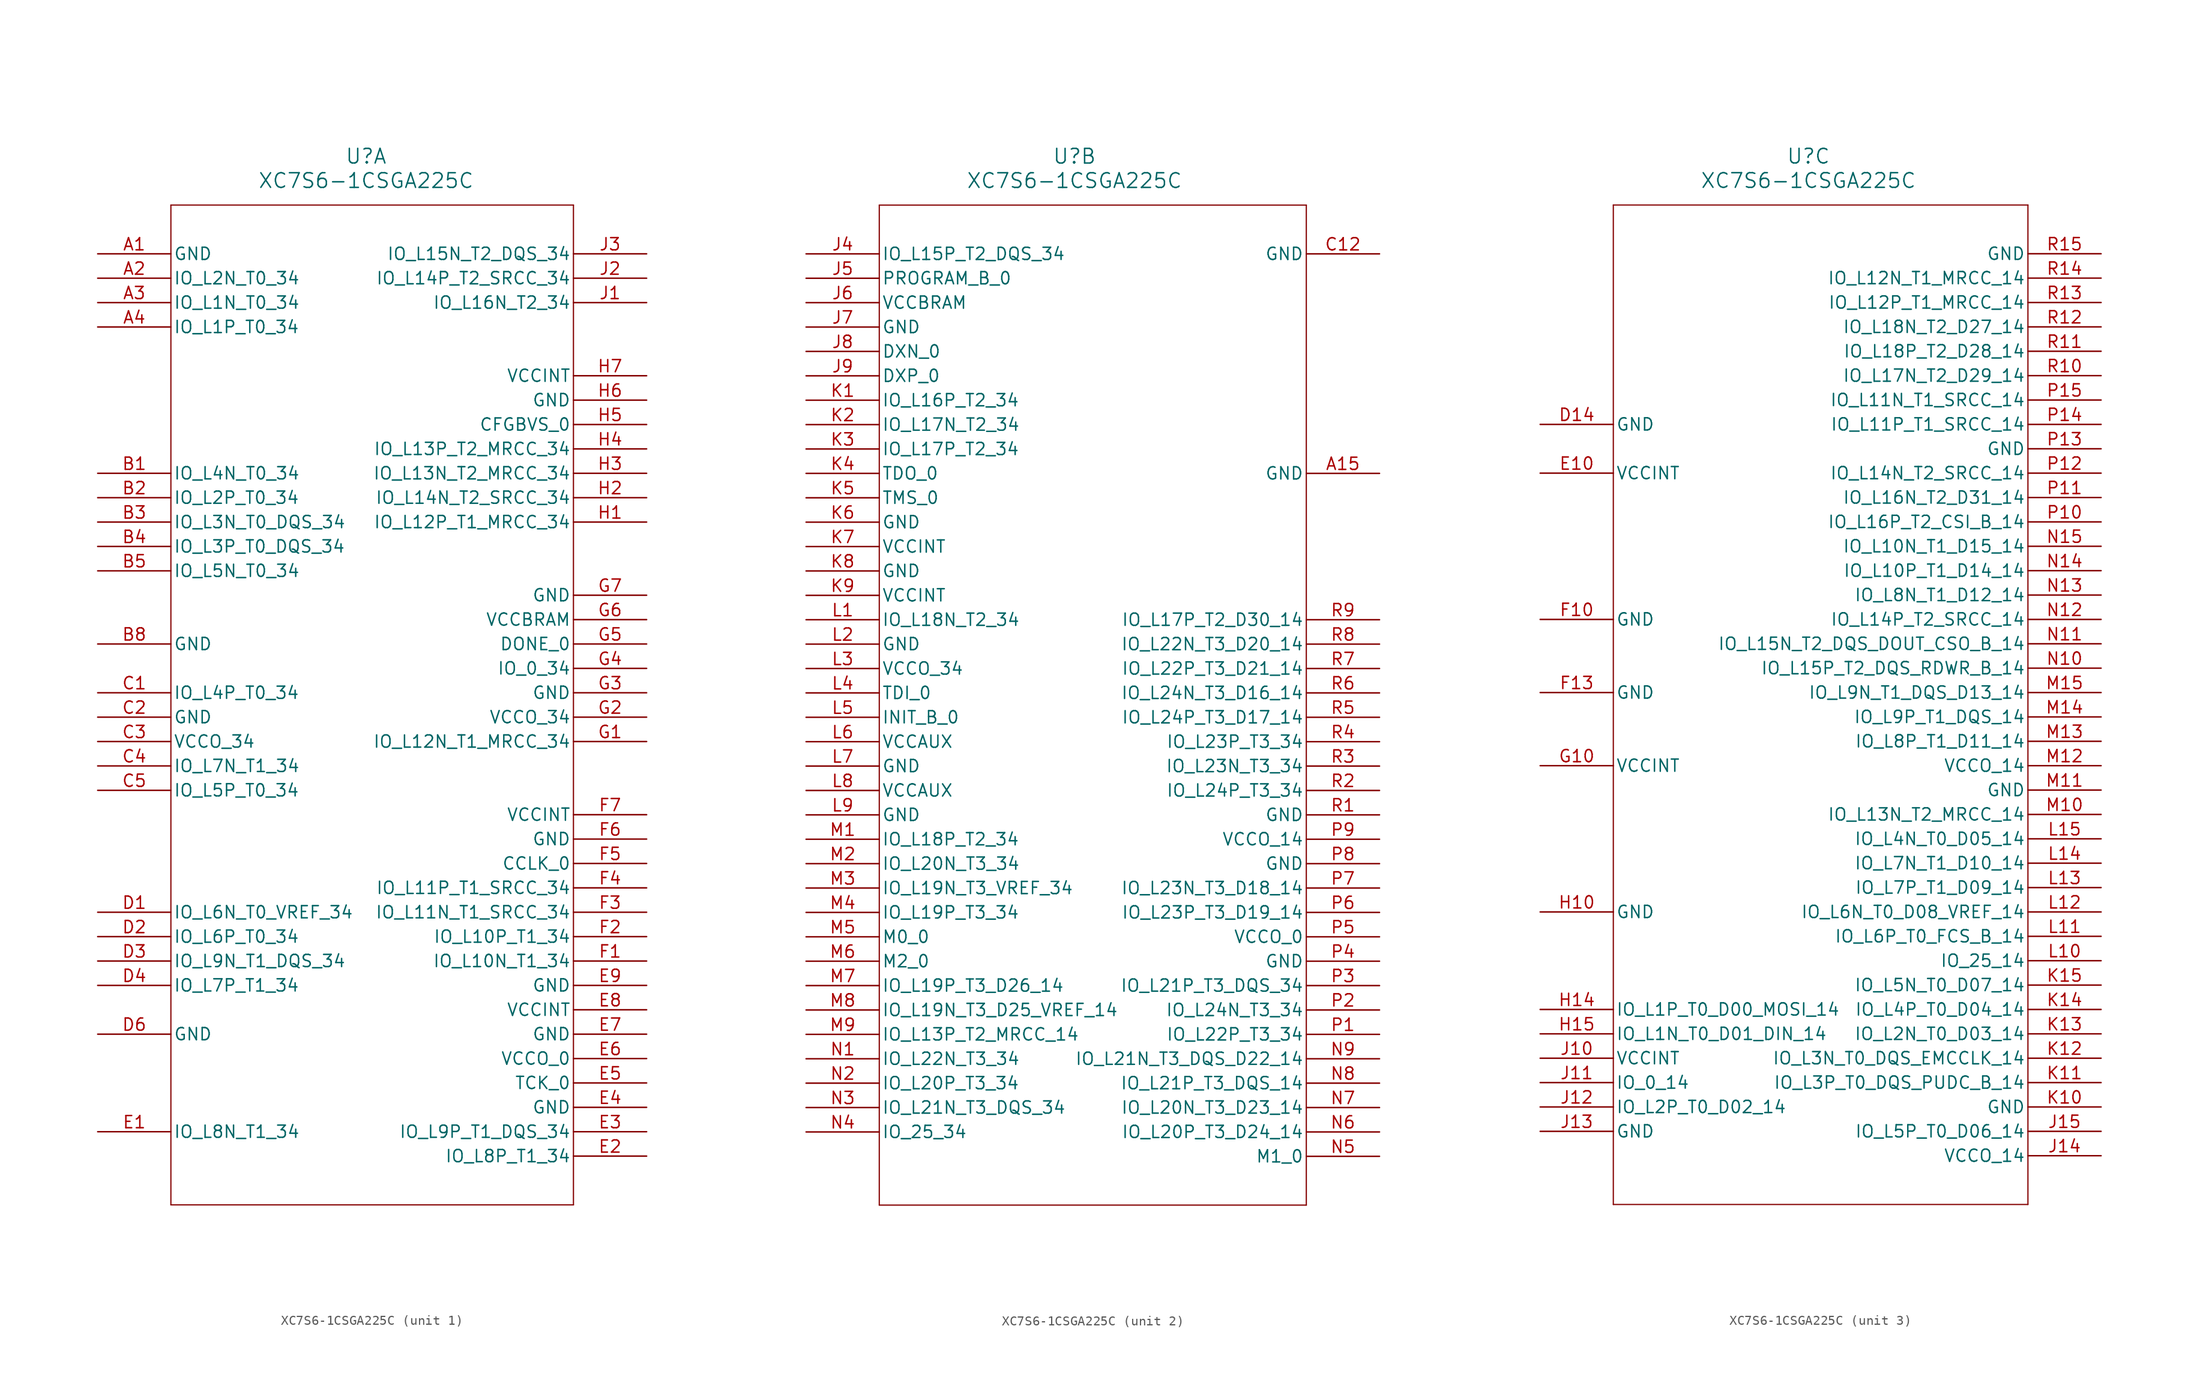
<source format=kicad_sym>
(kicad_symbol_lib
  (version 20211014)
  (generator kicad_symbol_editor)
  (symbol "XC7S6-1CSGA225C"
    (pin_names
      (offset 0.254))
    (property "Reference" "U"
      (at 27.94 10.16 0)
      (effects (font (size 1.524 1.524))))
    (property "Value" "XC7S6-1CSGA225C"
      (at 27.94 7.62 0)
      (effects (font (size 1.524 1.524))))
    (property "ki_locked" ""
      (at 0 0 0)
      (effects (font (size 1.27 1.27))))
    (symbol "XC7S6-1CSGA225C_1_1"
      (polyline (pts (xy 7.62 -99.06) (xy 49.53 -99.06)) (stroke (width 0.127) (type default) (color 0 0 0 0)) (fill (type none)))
      (polyline (pts (xy 7.62 5.08) (xy 7.62 -99.06)) (stroke (width 0.127) (type default) (color 0 0 0 0)) (fill (type none)))
      (polyline (pts (xy 49.53 -99.06) (xy 49.53 5.08)) (stroke (width 0.127) (type default) (color 0 0 0 0)) (fill (type none)))
      (polyline (pts (xy 49.53 5.08) (xy 7.62 5.08)) (stroke (width 0.127) (type default) (color 0 0 0 0)) (fill (type none)))
      (pin power_out line (at 0 0 0) (length 7.62) (name "GND" (effects (font (size 1.27 1.27)))) (number "A1" (effects (font (size 1.27 1.27)))))
      (pin bidirectional line (at 0 -2.54 0) (length 7.62) (name "IO_L2N_T0_34" (effects (font (size 1.27 1.27)))) (number "A2" (effects (font (size 1.27 1.27)))))
      (pin bidirectional line (at 0 -5.08 0) (length 7.62) (name "IO_L1N_T0_34" (effects (font (size 1.27 1.27)))) (number "A3" (effects (font (size 1.27 1.27)))))
      (pin bidirectional line (at 0 -7.62 0) (length 7.62) (name "IO_L1P_T0_34" (effects (font (size 1.27 1.27)))) (number "A4" (effects (font (size 1.27 1.27)))))
      (pin no_connect line (at 0 -10.16 0) (length 7.62) hide (name "NC" (effects (font (size 1.27 1.27)))) (number "A5" (effects (font (size 1.27 1.27)))))
      (pin no_connect line (at 0 -12.7 0) (length 7.62) hide (name "NC" (effects (font (size 1.27 1.27)))) (number "A6" (effects (font (size 1.27 1.27)))))
      (pin no_connect line (at 0 -15.24 0) (length 7.62) hide (name "NC" (effects (font (size 1.27 1.27)))) (number "A7" (effects (font (size 1.27 1.27)))))
      (pin no_connect line (at 0 -17.78 0) (length 7.62) hide (name "NC" (effects (font (size 1.27 1.27)))) (number "A8" (effects (font (size 1.27 1.27)))))
      (pin no_connect line (at 0 -20.32 0) (length 7.62) hide (name "NC" (effects (font (size 1.27 1.27)))) (number "A9" (effects (font (size 1.27 1.27)))))
      (pin bidirectional line (at 0 -22.86 0) (length 7.62) (name "IO_L4N_T0_34" (effects (font (size 1.27 1.27)))) (number "B1" (effects (font (size 1.27 1.27)))))
      (pin bidirectional line (at 0 -25.4 0) (length 7.62) (name "IO_L2P_T0_34" (effects (font (size 1.27 1.27)))) (number "B2" (effects (font (size 1.27 1.27)))))
      (pin bidirectional line (at 0 -27.94 0) (length 7.62) (name "IO_L3N_T0_DQS_34" (effects (font (size 1.27 1.27)))) (number "B3" (effects (font (size 1.27 1.27)))))
      (pin bidirectional line (at 0 -30.48 0) (length 7.62) (name "IO_L3P_T0_DQS_34" (effects (font (size 1.27 1.27)))) (number "B4" (effects (font (size 1.27 1.27)))))
      (pin bidirectional line (at 0 -33.02 0) (length 7.62) (name "IO_L5N_T0_34" (effects (font (size 1.27 1.27)))) (number "B5" (effects (font (size 1.27 1.27)))))
      (pin no_connect line (at 0 -35.56 0) (length 7.62) hide (name "NC" (effects (font (size 1.27 1.27)))) (number "B6" (effects (font (size 1.27 1.27)))))
      (pin no_connect line (at 0 -38.1 0) (length 7.62) hide (name "NC" (effects (font (size 1.27 1.27)))) (number "B7" (effects (font (size 1.27 1.27)))))
      (pin power_out line (at 0 -40.64 0) (length 7.62) (name "GND" (effects (font (size 1.27 1.27)))) (number "B8" (effects (font (size 1.27 1.27)))))
      (pin no_connect line (at 0 -43.18 0) (length 7.62) hide (name "NC" (effects (font (size 1.27 1.27)))) (number "B9" (effects (font (size 1.27 1.27)))))
      (pin bidirectional line (at 0 -45.72 0) (length 7.62) (name "IO_L4P_T0_34" (effects (font (size 1.27 1.27)))) (number "C1" (effects (font (size 1.27 1.27)))))
      (pin power_out line (at 0 -48.26 0) (length 7.62) (name "GND" (effects (font (size 1.27 1.27)))) (number "C2" (effects (font (size 1.27 1.27)))))
      (pin power_in line (at 0 -50.8 0) (length 7.62) (name "VCCO_34" (effects (font (size 1.27 1.27)))) (number "C3" (effects (font (size 1.27 1.27)))))
      (pin bidirectional line (at 0 -53.34 0) (length 7.62) (name "IO_L7N_T1_34" (effects (font (size 1.27 1.27)))) (number "C4" (effects (font (size 1.27 1.27)))))
      (pin bidirectional line (at 0 -55.88 0) (length 7.62) (name "IO_L5P_T0_34" (effects (font (size 1.27 1.27)))) (number "C5" (effects (font (size 1.27 1.27)))))
      (pin no_connect line (at 0 -58.42 0) (length 7.62) hide (name "NC" (effects (font (size 1.27 1.27)))) (number "C6" (effects (font (size 1.27 1.27)))))
      (pin no_connect line (at 0 -60.96 0) (length 7.62) hide (name "NC" (effects (font (size 1.27 1.27)))) (number "C7" (effects (font (size 1.27 1.27)))))
      (pin no_connect line (at 0 -63.5 0) (length 7.62) hide (name "NC" (effects (font (size 1.27 1.27)))) (number "C8" (effects (font (size 1.27 1.27)))))
      (pin no_connect line (at 0 -66.04 0) (length 7.62) hide (name "NC" (effects (font (size 1.27 1.27)))) (number "C9" (effects (font (size 1.27 1.27)))))
      (pin bidirectional line (at 0 -68.58 0) (length 7.62) (name "IO_L6N_T0_VREF_34" (effects (font (size 1.27 1.27)))) (number "D1" (effects (font (size 1.27 1.27)))))
      (pin bidirectional line (at 0 -71.12 0) (length 7.62) (name "IO_L6P_T0_34" (effects (font (size 1.27 1.27)))) (number "D2" (effects (font (size 1.27 1.27)))))
      (pin bidirectional line (at 0 -73.66 0) (length 7.62) (name "IO_L9N_T1_DQS_34" (effects (font (size 1.27 1.27)))) (number "D3" (effects (font (size 1.27 1.27)))))
      (pin bidirectional line (at 0 -76.2 0) (length 7.62) (name "IO_L7P_T1_34" (effects (font (size 1.27 1.27)))) (number "D4" (effects (font (size 1.27 1.27)))))
      (pin no_connect line (at 0 -78.74 0) (length 7.62) hide (name "NC" (effects (font (size 1.27 1.27)))) (number "D5" (effects (font (size 1.27 1.27)))))
      (pin power_out line (at 0 -81.28 0) (length 7.62) (name "GND" (effects (font (size 1.27 1.27)))) (number "D6" (effects (font (size 1.27 1.27)))))
      (pin no_connect line (at 0 -83.82 0) (length 7.62) hide (name "NC" (effects (font (size 1.27 1.27)))) (number "D7" (effects (font (size 1.27 1.27)))))
      (pin no_connect line (at 0 -86.36 0) (length 7.62) hide (name "NC" (effects (font (size 1.27 1.27)))) (number "D8" (effects (font (size 1.27 1.27)))))
      (pin no_connect line (at 0 -88.9 0) (length 7.62) hide (name "NC" (effects (font (size 1.27 1.27)))) (number "D9" (effects (font (size 1.27 1.27)))))
      (pin bidirectional line (at 0 -91.44 0) (length 7.62) (name "IO_L8N_T1_34" (effects (font (size 1.27 1.27)))) (number "E1" (effects (font (size 1.27 1.27)))))
      (pin bidirectional line (at 57.15 -93.98 180) (length 7.62) (name "IO_L8P_T1_34" (effects (font (size 1.27 1.27)))) (number "E2" (effects (font (size 1.27 1.27)))))
      (pin bidirectional line (at 57.15 -91.44 180) (length 7.62) (name "IO_L9P_T1_DQS_34" (effects (font (size 1.27 1.27)))) (number "E3" (effects (font (size 1.27 1.27)))))
      (pin power_out line (at 57.15 -88.9 180) (length 7.62) (name "GND" (effects (font (size 1.27 1.27)))) (number "E4" (effects (font (size 1.27 1.27)))))
      (pin input line (at 57.15 -86.36 180) (length 7.62) (name "TCK_0" (effects (font (size 1.27 1.27)))) (number "E5" (effects (font (size 1.27 1.27)))))
      (pin power_in line (at 57.15 -83.82 180) (length 7.62) (name "VCCO_0" (effects (font (size 1.27 1.27)))) (number "E6" (effects (font (size 1.27 1.27)))))
      (pin power_out line (at 57.15 -81.28 180) (length 7.62) (name "GND" (effects (font (size 1.27 1.27)))) (number "E7" (effects (font (size 1.27 1.27)))))
      (pin power_in line (at 57.15 -78.74 180) (length 7.62) (name "VCCINT" (effects (font (size 1.27 1.27)))) (number "E8" (effects (font (size 1.27 1.27)))))
      (pin power_out line (at 57.15 -76.2 180) (length 7.62) (name "GND" (effects (font (size 1.27 1.27)))) (number "E9" (effects (font (size 1.27 1.27)))))
      (pin bidirectional line (at 57.15 -73.66 180) (length 7.62) (name "IO_L10N_T1_34" (effects (font (size 1.27 1.27)))) (number "F1" (effects (font (size 1.27 1.27)))))
      (pin bidirectional line (at 57.15 -71.12 180) (length 7.62) (name "IO_L10P_T1_34" (effects (font (size 1.27 1.27)))) (number "F2" (effects (font (size 1.27 1.27)))))
      (pin bidirectional line (at 57.15 -68.58 180) (length 7.62) (name "IO_L11N_T1_SRCC_34" (effects (font (size 1.27 1.27)))) (number "F3" (effects (font (size 1.27 1.27)))))
      (pin bidirectional line (at 57.15 -66.04 180) (length 7.62) (name "IO_L11P_T1_SRCC_34" (effects (font (size 1.27 1.27)))) (number "F4" (effects (font (size 1.27 1.27)))))
      (pin bidirectional line (at 57.15 -63.5 180) (length 7.62) (name "CCLK_0" (effects (font (size 1.27 1.27)))) (number "F5" (effects (font (size 1.27 1.27)))))
      (pin power_out line (at 57.15 -60.96 180) (length 7.62) (name "GND" (effects (font (size 1.27 1.27)))) (number "F6" (effects (font (size 1.27 1.27)))))
      (pin power_in line (at 57.15 -58.42 180) (length 7.62) (name "VCCINT" (effects (font (size 1.27 1.27)))) (number "F7" (effects (font (size 1.27 1.27)))))
      (pin no_connect line (at 57.15 -55.88 180) (length 7.62) hide (name "NC" (effects (font (size 1.27 1.27)))) (number "F8" (effects (font (size 1.27 1.27)))))
      (pin no_connect line (at 57.15 -53.34 180) (length 7.62) hide (name "NC" (effects (font (size 1.27 1.27)))) (number "F9" (effects (font (size 1.27 1.27)))))
      (pin bidirectional line (at 57.15 -50.8 180) (length 7.62) (name "IO_L12N_T1_MRCC_34" (effects (font (size 1.27 1.27)))) (number "G1" (effects (font (size 1.27 1.27)))))
      (pin power_in line (at 57.15 -48.26 180) (length 7.62) (name "VCCO_34" (effects (font (size 1.27 1.27)))) (number "G2" (effects (font (size 1.27 1.27)))))
      (pin power_out line (at 57.15 -45.72 180) (length 7.62) (name "GND" (effects (font (size 1.27 1.27)))) (number "G3" (effects (font (size 1.27 1.27)))))
      (pin bidirectional line (at 57.15 -43.18 180) (length 7.62) (name "IO_0_34" (effects (font (size 1.27 1.27)))) (number "G4" (effects (font (size 1.27 1.27)))))
      (pin bidirectional line (at 57.15 -40.64 180) (length 7.62) (name "DONE_0" (effects (font (size 1.27 1.27)))) (number "G5" (effects (font (size 1.27 1.27)))))
      (pin power_in line (at 57.15 -38.1 180) (length 7.62) (name "VCCBRAM" (effects (font (size 1.27 1.27)))) (number "G6" (effects (font (size 1.27 1.27)))))
      (pin power_out line (at 57.15 -35.56 180) (length 7.62) (name "GND" (effects (font (size 1.27 1.27)))) (number "G7" (effects (font (size 1.27 1.27)))))
      (pin no_connect line (at 57.15 -33.02 180) (length 7.62) hide (name "NC" (effects (font (size 1.27 1.27)))) (number "G8" (effects (font (size 1.27 1.27)))))
      (pin no_connect line (at 57.15 -30.48 180) (length 7.62) hide (name "NC" (effects (font (size 1.27 1.27)))) (number "G9" (effects (font (size 1.27 1.27)))))
      (pin bidirectional line (at 57.15 -27.94 180) (length 7.62) (name "IO_L12P_T1_MRCC_34" (effects (font (size 1.27 1.27)))) (number "H1" (effects (font (size 1.27 1.27)))))
      (pin bidirectional line (at 57.15 -25.4 180) (length 7.62) (name "IO_L14N_T2_SRCC_34" (effects (font (size 1.27 1.27)))) (number "H2" (effects (font (size 1.27 1.27)))))
      (pin bidirectional line (at 57.15 -22.86 180) (length 7.62) (name "IO_L13N_T2_MRCC_34" (effects (font (size 1.27 1.27)))) (number "H3" (effects (font (size 1.27 1.27)))))
      (pin bidirectional line (at 57.15 -20.32 180) (length 7.62) (name "IO_L13P_T2_MRCC_34" (effects (font (size 1.27 1.27)))) (number "H4" (effects (font (size 1.27 1.27)))))
      (pin input line (at 57.15 -17.78 180) (length 7.62) (name "CFGBVS_0" (effects (font (size 1.27 1.27)))) (number "H5" (effects (font (size 1.27 1.27)))))
      (pin power_out line (at 57.15 -15.24 180) (length 7.62) (name "GND" (effects (font (size 1.27 1.27)))) (number "H6" (effects (font (size 1.27 1.27)))))
      (pin power_in line (at 57.15 -12.7 180) (length 7.62) (name "VCCINT" (effects (font (size 1.27 1.27)))) (number "H7" (effects (font (size 1.27 1.27)))))
      (pin no_connect line (at 57.15 -10.16 180) (length 7.62) hide (name "NC" (effects (font (size 1.27 1.27)))) (number "H8" (effects (font (size 1.27 1.27)))))
      (pin no_connect line (at 57.15 -7.62 180) (length 7.62) hide (name "NC" (effects (font (size 1.27 1.27)))) (number "H9" (effects (font (size 1.27 1.27)))))
      (pin bidirectional line (at 57.15 -5.08 180) (length 7.62) (name "IO_L16N_T2_34" (effects (font (size 1.27 1.27)))) (number "J1" (effects (font (size 1.27 1.27)))))
      (pin bidirectional line (at 57.15 -2.54 180) (length 7.62) (name "IO_L14P_T2_SRCC_34" (effects (font (size 1.27 1.27)))) (number "J2" (effects (font (size 1.27 1.27)))))
      (pin bidirectional line (at 57.15 0 180) (length 7.62) (name "IO_L15N_T2_DQS_34" (effects (font (size 1.27 1.27)))) (number "J3" (effects (font (size 1.27 1.27))))))
    (symbol "XC7S6-1CSGA225C_2_1"
      (polyline (pts (xy 7.62 -99.06) (xy 52.07 -99.06)) (stroke (width 0.127) (type default) (color 0 0 0 0)) (fill (type none)))
      (polyline (pts (xy 7.62 5.08) (xy 7.62 -99.06)) (stroke (width 0.127) (type default) (color 0 0 0 0)) (fill (type none)))
      (polyline (pts (xy 52.07 -99.06) (xy 52.07 5.08)) (stroke (width 0.127) (type default) (color 0 0 0 0)) (fill (type none)))
      (polyline (pts (xy 52.07 5.08) (xy 7.62 5.08)) (stroke (width 0.127) (type default) (color 0 0 0 0)) (fill (type none)))
      (pin no_connect line (at 59.69 -35.56 180) (length 7.62) hide (name "NC" (effects (font (size 1.27 1.27)))) (number "A10" (effects (font (size 1.27 1.27)))))
      (pin no_connect line (at 59.69 -33.02 180) (length 7.62) hide (name "NC" (effects (font (size 1.27 1.27)))) (number "A11" (effects (font (size 1.27 1.27)))))
      (pin no_connect line (at 59.69 -30.48 180) (length 7.62) hide (name "NC" (effects (font (size 1.27 1.27)))) (number "A12" (effects (font (size 1.27 1.27)))))
      (pin no_connect line (at 59.69 -27.94 180) (length 7.62) hide (name "NC" (effects (font (size 1.27 1.27)))) (number "A13" (effects (font (size 1.27 1.27)))))
      (pin no_connect line (at 59.69 -25.4 180) (length 7.62) hide (name "NC" (effects (font (size 1.27 1.27)))) (number "A14" (effects (font (size 1.27 1.27)))))
      (pin power_out line (at 59.69 -22.86 180) (length 7.62) (name "GND" (effects (font (size 1.27 1.27)))) (number "A15" (effects (font (size 1.27 1.27)))))
      (pin no_connect line (at 59.69 -20.32 180) (length 7.62) hide (name "NC" (effects (font (size 1.27 1.27)))) (number "B10" (effects (font (size 1.27 1.27)))))
      (pin no_connect line (at 59.69 -17.78 180) (length 7.62) hide (name "NC" (effects (font (size 1.27 1.27)))) (number "B11" (effects (font (size 1.27 1.27)))))
      (pin no_connect line (at 59.69 -15.24 180) (length 7.62) hide (name "NC" (effects (font (size 1.27 1.27)))) (number "B12" (effects (font (size 1.27 1.27)))))
      (pin no_connect line (at 59.69 -12.7 180) (length 7.62) hide (name "NC" (effects (font (size 1.27 1.27)))) (number "B13" (effects (font (size 1.27 1.27)))))
      (pin no_connect line (at 59.69 -10.16 180) (length 7.62) hide (name "NC" (effects (font (size 1.27 1.27)))) (number "B14" (effects (font (size 1.27 1.27)))))
      (pin no_connect line (at 59.69 -7.62 180) (length 7.62) hide (name "NC" (effects (font (size 1.27 1.27)))) (number "B15" (effects (font (size 1.27 1.27)))))
      (pin no_connect line (at 59.69 -5.08 180) (length 7.62) hide (name "NC" (effects (font (size 1.27 1.27)))) (number "C10" (effects (font (size 1.27 1.27)))))
      (pin no_connect line (at 59.69 -2.54 180) (length 7.62) hide (name "NC" (effects (font (size 1.27 1.27)))) (number "C11" (effects (font (size 1.27 1.27)))))
      (pin power_out line (at 59.69 0 180) (length 7.62) (name "GND" (effects (font (size 1.27 1.27)))) (number "C12" (effects (font (size 1.27 1.27)))))
      (pin bidirectional line (at 0 0 0) (length 7.62) (name "IO_L15P_T2_DQS_34" (effects (font (size 1.27 1.27)))) (number "J4" (effects (font (size 1.27 1.27)))))
      (pin input line (at 0 -2.54 0) (length 7.62) (name "PROGRAM_B_0" (effects (font (size 1.27 1.27)))) (number "J5" (effects (font (size 1.27 1.27)))))
      (pin power_in line (at 0 -5.08 0) (length 7.62) (name "VCCBRAM" (effects (font (size 1.27 1.27)))) (number "J6" (effects (font (size 1.27 1.27)))))
      (pin power_out line (at 0 -7.62 0) (length 7.62) (name "GND" (effects (font (size 1.27 1.27)))) (number "J7" (effects (font (size 1.27 1.27)))))
      (pin unspecified line (at 0 -10.16 0) (length 7.62) (name "DXN_0" (effects (font (size 1.27 1.27)))) (number "J8" (effects (font (size 1.27 1.27)))))
      (pin unspecified line (at 0 -12.7 0) (length 7.62) (name "DXP_0" (effects (font (size 1.27 1.27)))) (number "J9" (effects (font (size 1.27 1.27)))))
      (pin bidirectional line (at 0 -15.24 0) (length 7.62) (name "IO_L16P_T2_34" (effects (font (size 1.27 1.27)))) (number "K1" (effects (font (size 1.27 1.27)))))
      (pin bidirectional line (at 0 -17.78 0) (length 7.62) (name "IO_L17N_T2_34" (effects (font (size 1.27 1.27)))) (number "K2" (effects (font (size 1.27 1.27)))))
      (pin bidirectional line (at 0 -20.32 0) (length 7.62) (name "IO_L17P_T2_34" (effects (font (size 1.27 1.27)))) (number "K3" (effects (font (size 1.27 1.27)))))
      (pin output line (at 0 -22.86 0) (length 7.62) (name "TDO_0" (effects (font (size 1.27 1.27)))) (number "K4" (effects (font (size 1.27 1.27)))))
      (pin input line (at 0 -25.4 0) (length 7.62) (name "TMS_0" (effects (font (size 1.27 1.27)))) (number "K5" (effects (font (size 1.27 1.27)))))
      (pin power_out line (at 0 -27.94 0) (length 7.62) (name "GND" (effects (font (size 1.27 1.27)))) (number "K6" (effects (font (size 1.27 1.27)))))
      (pin power_in line (at 0 -30.48 0) (length 7.62) (name "VCCINT" (effects (font (size 1.27 1.27)))) (number "K7" (effects (font (size 1.27 1.27)))))
      (pin power_out line (at 0 -33.02 0) (length 7.62) (name "GND" (effects (font (size 1.27 1.27)))) (number "K8" (effects (font (size 1.27 1.27)))))
      (pin power_in line (at 0 -35.56 0) (length 7.62) (name "VCCINT" (effects (font (size 1.27 1.27)))) (number "K9" (effects (font (size 1.27 1.27)))))
      (pin bidirectional line (at 0 -38.1 0) (length 7.62) (name "IO_L18N_T2_34" (effects (font (size 1.27 1.27)))) (number "L1" (effects (font (size 1.27 1.27)))))
      (pin power_out line (at 0 -40.64 0) (length 7.62) (name "GND" (effects (font (size 1.27 1.27)))) (number "L2" (effects (font (size 1.27 1.27)))))
      (pin power_in line (at 0 -43.18 0) (length 7.62) (name "VCCO_34" (effects (font (size 1.27 1.27)))) (number "L3" (effects (font (size 1.27 1.27)))))
      (pin input line (at 0 -45.72 0) (length 7.62) (name "TDI_0" (effects (font (size 1.27 1.27)))) (number "L4" (effects (font (size 1.27 1.27)))))
      (pin bidirectional line (at 0 -48.26 0) (length 7.62) (name "INIT_B_0" (effects (font (size 1.27 1.27)))) (number "L5" (effects (font (size 1.27 1.27)))))
      (pin power_in line (at 0 -50.8 0) (length 7.62) (name "VCCAUX" (effects (font (size 1.27 1.27)))) (number "L6" (effects (font (size 1.27 1.27)))))
      (pin power_out line (at 0 -53.34 0) (length 7.62) (name "GND" (effects (font (size 1.27 1.27)))) (number "L7" (effects (font (size 1.27 1.27)))))
      (pin power_in line (at 0 -55.88 0) (length 7.62) (name "VCCAUX" (effects (font (size 1.27 1.27)))) (number "L8" (effects (font (size 1.27 1.27)))))
      (pin power_out line (at 0 -58.42 0) (length 7.62) (name "GND" (effects (font (size 1.27 1.27)))) (number "L9" (effects (font (size 1.27 1.27)))))
      (pin bidirectional line (at 0 -60.96 0) (length 7.62) (name "IO_L18P_T2_34" (effects (font (size 1.27 1.27)))) (number "M1" (effects (font (size 1.27 1.27)))))
      (pin bidirectional line (at 0 -63.5 0) (length 7.62) (name "IO_L20N_T3_34" (effects (font (size 1.27 1.27)))) (number "M2" (effects (font (size 1.27 1.27)))))
      (pin bidirectional line (at 0 -66.04 0) (length 7.62) (name "IO_L19N_T3_VREF_34" (effects (font (size 1.27 1.27)))) (number "M3" (effects (font (size 1.27 1.27)))))
      (pin bidirectional line (at 0 -68.58 0) (length 7.62) (name "IO_L19P_T3_34" (effects (font (size 1.27 1.27)))) (number "M4" (effects (font (size 1.27 1.27)))))
      (pin input line (at 0 -71.12 0) (length 7.62) (name "M0_0" (effects (font (size 1.27 1.27)))) (number "M5" (effects (font (size 1.27 1.27)))))
      (pin input line (at 0 -73.66 0) (length 7.62) (name "M2_0" (effects (font (size 1.27 1.27)))) (number "M6" (effects (font (size 1.27 1.27)))))
      (pin bidirectional line (at 0 -76.2 0) (length 7.62) (name "IO_L19P_T3_D26_14" (effects (font (size 1.27 1.27)))) (number "M7" (effects (font (size 1.27 1.27)))))
      (pin bidirectional line (at 0 -78.74 0) (length 7.62) (name "IO_L19N_T3_D25_VREF_14" (effects (font (size 1.27 1.27)))) (number "M8" (effects (font (size 1.27 1.27)))))
      (pin bidirectional line (at 0 -81.28 0) (length 7.62) (name "IO_L13P_T2_MRCC_14" (effects (font (size 1.27 1.27)))) (number "M9" (effects (font (size 1.27 1.27)))))
      (pin bidirectional line (at 0 -83.82 0) (length 7.62) (name "IO_L22N_T3_34" (effects (font (size 1.27 1.27)))) (number "N1" (effects (font (size 1.27 1.27)))))
      (pin bidirectional line (at 0 -86.36 0) (length 7.62) (name "IO_L20P_T3_34" (effects (font (size 1.27 1.27)))) (number "N2" (effects (font (size 1.27 1.27)))))
      (pin bidirectional line (at 0 -88.9 0) (length 7.62) (name "IO_L21N_T3_DQS_34" (effects (font (size 1.27 1.27)))) (number "N3" (effects (font (size 1.27 1.27)))))
      (pin bidirectional line (at 0 -91.44 0) (length 7.62) (name "IO_25_34" (effects (font (size 1.27 1.27)))) (number "N4" (effects (font (size 1.27 1.27)))))
      (pin input line (at 59.69 -93.98 180) (length 7.62) (name "M1_0" (effects (font (size 1.27 1.27)))) (number "N5" (effects (font (size 1.27 1.27)))))
      (pin bidirectional line (at 59.69 -91.44 180) (length 7.62) (name "IO_L20P_T3_D24_14" (effects (font (size 1.27 1.27)))) (number "N6" (effects (font (size 1.27 1.27)))))
      (pin bidirectional line (at 59.69 -88.9 180) (length 7.62) (name "IO_L20N_T3_D23_14" (effects (font (size 1.27 1.27)))) (number "N7" (effects (font (size 1.27 1.27)))))
      (pin bidirectional line (at 59.69 -86.36 180) (length 7.62) (name "IO_L21P_T3_DQS_14" (effects (font (size 1.27 1.27)))) (number "N8" (effects (font (size 1.27 1.27)))))
      (pin bidirectional line (at 59.69 -83.82 180) (length 7.62) (name "IO_L21N_T3_DQS_D22_14" (effects (font (size 1.27 1.27)))) (number "N9" (effects (font (size 1.27 1.27)))))
      (pin bidirectional line (at 59.69 -81.28 180) (length 7.62) (name "IO_L22P_T3_34" (effects (font (size 1.27 1.27)))) (number "P1" (effects (font (size 1.27 1.27)))))
      (pin bidirectional line (at 59.69 -78.74 180) (length 7.62) (name "IO_L24N_T3_34" (effects (font (size 1.27 1.27)))) (number "P2" (effects (font (size 1.27 1.27)))))
      (pin bidirectional line (at 59.69 -76.2 180) (length 7.62) (name "IO_L21P_T3_DQS_34" (effects (font (size 1.27 1.27)))) (number "P3" (effects (font (size 1.27 1.27)))))
      (pin power_out line (at 59.69 -73.66 180) (length 7.62) (name "GND" (effects (font (size 1.27 1.27)))) (number "P4" (effects (font (size 1.27 1.27)))))
      (pin power_in line (at 59.69 -71.12 180) (length 7.62) (name "VCCO_0" (effects (font (size 1.27 1.27)))) (number "P5" (effects (font (size 1.27 1.27)))))
      (pin bidirectional line (at 59.69 -68.58 180) (length 7.62) (name "IO_L23P_T3_D19_14" (effects (font (size 1.27 1.27)))) (number "P6" (effects (font (size 1.27 1.27)))))
      (pin bidirectional line (at 59.69 -66.04 180) (length 7.62) (name "IO_L23N_T3_D18_14" (effects (font (size 1.27 1.27)))) (number "P7" (effects (font (size 1.27 1.27)))))
      (pin power_out line (at 59.69 -63.5 180) (length 7.62) (name "GND" (effects (font (size 1.27 1.27)))) (number "P8" (effects (font (size 1.27 1.27)))))
      (pin power_in line (at 59.69 -60.96 180) (length 7.62) (name "VCCO_14" (effects (font (size 1.27 1.27)))) (number "P9" (effects (font (size 1.27 1.27)))))
      (pin power_out line (at 59.69 -58.42 180) (length 7.62) (name "GND" (effects (font (size 1.27 1.27)))) (number "R1" (effects (font (size 1.27 1.27)))))
      (pin bidirectional line (at 59.69 -55.88 180) (length 7.62) (name "IO_L24P_T3_34" (effects (font (size 1.27 1.27)))) (number "R2" (effects (font (size 1.27 1.27)))))
      (pin bidirectional line (at 59.69 -53.34 180) (length 7.62) (name "IO_L23N_T3_34" (effects (font (size 1.27 1.27)))) (number "R3" (effects (font (size 1.27 1.27)))))
      (pin bidirectional line (at 59.69 -50.8 180) (length 7.62) (name "IO_L23P_T3_34" (effects (font (size 1.27 1.27)))) (number "R4" (effects (font (size 1.27 1.27)))))
      (pin bidirectional line (at 59.69 -48.26 180) (length 7.62) (name "IO_L24P_T3_D17_14" (effects (font (size 1.27 1.27)))) (number "R5" (effects (font (size 1.27 1.27)))))
      (pin bidirectional line (at 59.69 -45.72 180) (length 7.62) (name "IO_L24N_T3_D16_14" (effects (font (size 1.27 1.27)))) (number "R6" (effects (font (size 1.27 1.27)))))
      (pin bidirectional line (at 59.69 -43.18 180) (length 7.62) (name "IO_L22P_T3_D21_14" (effects (font (size 1.27 1.27)))) (number "R7" (effects (font (size 1.27 1.27)))))
      (pin bidirectional line (at 59.69 -40.64 180) (length 7.62) (name "IO_L22N_T3_D20_14" (effects (font (size 1.27 1.27)))) (number "R8" (effects (font (size 1.27 1.27)))))
      (pin bidirectional line (at 59.69 -38.1 180) (length 7.62) (name "IO_L17P_T2_D30_14" (effects (font (size 1.27 1.27)))) (number "R9" (effects (font (size 1.27 1.27))))))
    (symbol "XC7S6-1CSGA225C_3_1"
      (polyline (pts (xy 7.62 -99.06) (xy 50.8 -99.06)) (stroke (width 0.127) (type default) (color 0 0 0 0)) (fill (type none)))
      (polyline (pts (xy 7.62 5.08) (xy 7.62 -99.06)) (stroke (width 0.127) (type default) (color 0 0 0 0)) (fill (type none)))
      (polyline (pts (xy 50.8 -99.06) (xy 50.8 5.08)) (stroke (width 0.127) (type default) (color 0 0 0 0)) (fill (type none)))
      (polyline (pts (xy 50.8 5.08) (xy 7.62 5.08)) (stroke (width 0.127) (type default) (color 0 0 0 0)) (fill (type none)))
      (pin no_connect line (at 0 0 0) (length 7.62) hide (name "NC" (effects (font (size 1.27 1.27)))) (number "C13" (effects (font (size 1.27 1.27)))))
      (pin no_connect line (at 0 -2.54 0) (length 7.62) hide (name "NC" (effects (font (size 1.27 1.27)))) (number "C14" (effects (font (size 1.27 1.27)))))
      (pin no_connect line (at 0 -5.08 0) (length 7.62) hide (name "NC" (effects (font (size 1.27 1.27)))) (number "C15" (effects (font (size 1.27 1.27)))))
      (pin no_connect line (at 0 -7.62 0) (length 7.62) hide (name "NC" (effects (font (size 1.27 1.27)))) (number "D10" (effects (font (size 1.27 1.27)))))
      (pin no_connect line (at 0 -10.16 0) (length 7.62) hide (name "NC" (effects (font (size 1.27 1.27)))) (number "D11" (effects (font (size 1.27 1.27)))))
      (pin no_connect line (at 0 -12.7 0) (length 7.62) hide (name "NC" (effects (font (size 1.27 1.27)))) (number "D12" (effects (font (size 1.27 1.27)))))
      (pin no_connect line (at 0 -15.24 0) (length 7.62) hide (name "NC" (effects (font (size 1.27 1.27)))) (number "D13" (effects (font (size 1.27 1.27)))))
      (pin power_out line (at 0 -17.78 0) (length 7.62) (name "GND" (effects (font (size 1.27 1.27)))) (number "D14" (effects (font (size 1.27 1.27)))))
      (pin no_connect line (at 0 -20.32 0) (length 7.62) hide (name "NC" (effects (font (size 1.27 1.27)))) (number "D15" (effects (font (size 1.27 1.27)))))
      (pin power_in line (at 0 -22.86 0) (length 7.62) (name "VCCINT" (effects (font (size 1.27 1.27)))) (number "E10" (effects (font (size 1.27 1.27)))))
      (pin no_connect line (at 0 -25.4 0) (length 7.62) hide (name "NC" (effects (font (size 1.27 1.27)))) (number "E11" (effects (font (size 1.27 1.27)))))
      (pin no_connect line (at 0 -27.94 0) (length 7.62) hide (name "NC" (effects (font (size 1.27 1.27)))) (number "E12" (effects (font (size 1.27 1.27)))))
      (pin no_connect line (at 0 -30.48 0) (length 7.62) hide (name "NC" (effects (font (size 1.27 1.27)))) (number "E13" (effects (font (size 1.27 1.27)))))
      (pin no_connect line (at 0 -33.02 0) (length 7.62) hide (name "NC" (effects (font (size 1.27 1.27)))) (number "E14" (effects (font (size 1.27 1.27)))))
      (pin no_connect line (at 0 -35.56 0) (length 7.62) hide (name "NC" (effects (font (size 1.27 1.27)))) (number "E15" (effects (font (size 1.27 1.27)))))
      (pin power_out line (at 0 -38.1 0) (length 7.62) (name "GND" (effects (font (size 1.27 1.27)))) (number "F10" (effects (font (size 1.27 1.27)))))
      (pin no_connect line (at 0 -40.64 0) (length 7.62) hide (name "NC" (effects (font (size 1.27 1.27)))) (number "F11" (effects (font (size 1.27 1.27)))))
      (pin no_connect line (at 0 -43.18 0) (length 7.62) hide (name "NC" (effects (font (size 1.27 1.27)))) (number "F12" (effects (font (size 1.27 1.27)))))
      (pin power_out line (at 0 -45.72 0) (length 7.62) (name "GND" (effects (font (size 1.27 1.27)))) (number "F13" (effects (font (size 1.27 1.27)))))
      (pin no_connect line (at 0 -48.26 0) (length 7.62) hide (name "NC" (effects (font (size 1.27 1.27)))) (number "F14" (effects (font (size 1.27 1.27)))))
      (pin no_connect line (at 0 -50.8 0) (length 7.62) hide (name "NC" (effects (font (size 1.27 1.27)))) (number "F15" (effects (font (size 1.27 1.27)))))
      (pin power_in line (at 0 -53.34 0) (length 7.62) (name "VCCINT" (effects (font (size 1.27 1.27)))) (number "G10" (effects (font (size 1.27 1.27)))))
      (pin no_connect line (at 0 -55.88 0) (length 7.62) hide (name "NC" (effects (font (size 1.27 1.27)))) (number "G11" (effects (font (size 1.27 1.27)))))
      (pin no_connect line (at 0 -58.42 0) (length 7.62) hide (name "NC" (effects (font (size 1.27 1.27)))) (number "G12" (effects (font (size 1.27 1.27)))))
      (pin no_connect line (at 0 -60.96 0) (length 7.62) hide (name "NC" (effects (font (size 1.27 1.27)))) (number "G13" (effects (font (size 1.27 1.27)))))
      (pin no_connect line (at 0 -63.5 0) (length 7.62) hide (name "NC" (effects (font (size 1.27 1.27)))) (number "G14" (effects (font (size 1.27 1.27)))))
      (pin no_connect line (at 0 -66.04 0) (length 7.62) hide (name "NC" (effects (font (size 1.27 1.27)))) (number "G15" (effects (font (size 1.27 1.27)))))
      (pin power_out line (at 0 -68.58 0) (length 7.62) (name "GND" (effects (font (size 1.27 1.27)))) (number "H10" (effects (font (size 1.27 1.27)))))
      (pin no_connect line (at 0 -71.12 0) (length 7.62) hide (name "NC" (effects (font (size 1.27 1.27)))) (number "H11" (effects (font (size 1.27 1.27)))))
      (pin no_connect line (at 0 -73.66 0) (length 7.62) hide (name "NC" (effects (font (size 1.27 1.27)))) (number "H12" (effects (font (size 1.27 1.27)))))
      (pin no_connect line (at 0 -76.2 0) (length 7.62) hide (name "NC" (effects (font (size 1.27 1.27)))) (number "H13" (effects (font (size 1.27 1.27)))))
      (pin bidirectional line (at 0 -78.74 0) (length 7.62) (name "IO_L1P_T0_D00_MOSI_14" (effects (font (size 1.27 1.27)))) (number "H14" (effects (font (size 1.27 1.27)))))
      (pin bidirectional line (at 0 -81.28 0) (length 7.62) (name "IO_L1N_T0_D01_DIN_14" (effects (font (size 1.27 1.27)))) (number "H15" (effects (font (size 1.27 1.27)))))
      (pin power_in line (at 0 -83.82 0) (length 7.62) (name "VCCINT" (effects (font (size 1.27 1.27)))) (number "J10" (effects (font (size 1.27 1.27)))))
      (pin bidirectional line (at 0 -86.36 0) (length 7.62) (name "IO_0_14" (effects (font (size 1.27 1.27)))) (number "J11" (effects (font (size 1.27 1.27)))))
      (pin bidirectional line (at 0 -88.9 0) (length 7.62) (name "IO_L2P_T0_D02_14" (effects (font (size 1.27 1.27)))) (number "J12" (effects (font (size 1.27 1.27)))))
      (pin power_out line (at 0 -91.44 0) (length 7.62) (name "GND" (effects (font (size 1.27 1.27)))) (number "J13" (effects (font (size 1.27 1.27)))))
      (pin power_in line (at 58.42 -93.98 180) (length 7.62) (name "VCCO_14" (effects (font (size 1.27 1.27)))) (number "J14" (effects (font (size 1.27 1.27)))))
      (pin bidirectional line (at 58.42 -91.44 180) (length 7.62) (name "IO_L5P_T0_D06_14" (effects (font (size 1.27 1.27)))) (number "J15" (effects (font (size 1.27 1.27)))))
      (pin power_out line (at 58.42 -88.9 180) (length 7.62) (name "GND" (effects (font (size 1.27 1.27)))) (number "K10" (effects (font (size 1.27 1.27)))))
      (pin bidirectional line (at 58.42 -86.36 180) (length 7.62) (name "IO_L3P_T0_DQS_PUDC_B_14" (effects (font (size 1.27 1.27)))) (number "K11" (effects (font (size 1.27 1.27)))))
      (pin bidirectional line (at 58.42 -83.82 180) (length 7.62) (name "IO_L3N_T0_DQS_EMCCLK_14" (effects (font (size 1.27 1.27)))) (number "K12" (effects (font (size 1.27 1.27)))))
      (pin bidirectional line (at 58.42 -81.28 180) (length 7.62) (name "IO_L2N_T0_D03_14" (effects (font (size 1.27 1.27)))) (number "K13" (effects (font (size 1.27 1.27)))))
      (pin bidirectional line (at 58.42 -78.74 180) (length 7.62) (name "IO_L4P_T0_D04_14" (effects (font (size 1.27 1.27)))) (number "K14" (effects (font (size 1.27 1.27)))))
      (pin bidirectional line (at 58.42 -76.2 180) (length 7.62) (name "IO_L5N_T0_D07_14" (effects (font (size 1.27 1.27)))) (number "K15" (effects (font (size 1.27 1.27)))))
      (pin bidirectional line (at 58.42 -73.66 180) (length 7.62) (name "IO_25_14" (effects (font (size 1.27 1.27)))) (number "L10" (effects (font (size 1.27 1.27)))))
      (pin bidirectional line (at 58.42 -71.12 180) (length 7.62) (name "IO_L6P_T0_FCS_B_14" (effects (font (size 1.27 1.27)))) (number "L11" (effects (font (size 1.27 1.27)))))
      (pin bidirectional line (at 58.42 -68.58 180) (length 7.62) (name "IO_L6N_T0_D08_VREF_14" (effects (font (size 1.27 1.27)))) (number "L12" (effects (font (size 1.27 1.27)))))
      (pin bidirectional line (at 58.42 -66.04 180) (length 7.62) (name "IO_L7P_T1_D09_14" (effects (font (size 1.27 1.27)))) (number "L13" (effects (font (size 1.27 1.27)))))
      (pin bidirectional line (at 58.42 -63.5 180) (length 7.62) (name "IO_L7N_T1_D10_14" (effects (font (size 1.27 1.27)))) (number "L14" (effects (font (size 1.27 1.27)))))
      (pin bidirectional line (at 58.42 -60.96 180) (length 7.62) (name "IO_L4N_T0_D05_14" (effects (font (size 1.27 1.27)))) (number "L15" (effects (font (size 1.27 1.27)))))
      (pin bidirectional line (at 58.42 -58.42 180) (length 7.62) (name "IO_L13N_T2_MRCC_14" (effects (font (size 1.27 1.27)))) (number "M10" (effects (font (size 1.27 1.27)))))
      (pin power_out line (at 58.42 -55.88 180) (length 7.62) (name "GND" (effects (font (size 1.27 1.27)))) (number "M11" (effects (font (size 1.27 1.27)))))
      (pin power_in line (at 58.42 -53.34 180) (length 7.62) (name "VCCO_14" (effects (font (size 1.27 1.27)))) (number "M12" (effects (font (size 1.27 1.27)))))
      (pin bidirectional line (at 58.42 -50.8 180) (length 7.62) (name "IO_L8P_T1_D11_14" (effects (font (size 1.27 1.27)))) (number "M13" (effects (font (size 1.27 1.27)))))
      (pin bidirectional line (at 58.42 -48.26 180) (length 7.62) (name "IO_L9P_T1_DQS_14" (effects (font (size 1.27 1.27)))) (number "M14" (effects (font (size 1.27 1.27)))))
      (pin bidirectional line (at 58.42 -45.72 180) (length 7.62) (name "IO_L9N_T1_DQS_D13_14" (effects (font (size 1.27 1.27)))) (number "M15" (effects (font (size 1.27 1.27)))))
      (pin bidirectional line (at 58.42 -43.18 180) (length 7.62) (name "IO_L15P_T2_DQS_RDWR_B_14" (effects (font (size 1.27 1.27)))) (number "N10" (effects (font (size 1.27 1.27)))))
      (pin bidirectional line (at 58.42 -40.64 180) (length 7.62) (name "IO_L15N_T2_DQS_DOUT_CSO_B_14" (effects (font (size 1.27 1.27)))) (number "N11" (effects (font (size 1.27 1.27)))))
      (pin bidirectional line (at 58.42 -38.1 180) (length 7.62) (name "IO_L14P_T2_SRCC_14" (effects (font (size 1.27 1.27)))) (number "N12" (effects (font (size 1.27 1.27)))))
      (pin bidirectional line (at 58.42 -35.56 180) (length 7.62) (name "IO_L8N_T1_D12_14" (effects (font (size 1.27 1.27)))) (number "N13" (effects (font (size 1.27 1.27)))))
      (pin bidirectional line (at 58.42 -33.02 180) (length 7.62) (name "IO_L10P_T1_D14_14" (effects (font (size 1.27 1.27)))) (number "N14" (effects (font (size 1.27 1.27)))))
      (pin bidirectional line (at 58.42 -30.48 180) (length 7.62) (name "IO_L10N_T1_D15_14" (effects (font (size 1.27 1.27)))) (number "N15" (effects (font (size 1.27 1.27)))))
      (pin bidirectional line (at 58.42 -27.94 180) (length 7.62) (name "IO_L16P_T2_CSI_B_14" (effects (font (size 1.27 1.27)))) (number "P10" (effects (font (size 1.27 1.27)))))
      (pin bidirectional line (at 58.42 -25.4 180) (length 7.62) (name "IO_L16N_T2_D31_14" (effects (font (size 1.27 1.27)))) (number "P11" (effects (font (size 1.27 1.27)))))
      (pin bidirectional line (at 58.42 -22.86 180) (length 7.62) (name "IO_L14N_T2_SRCC_14" (effects (font (size 1.27 1.27)))) (number "P12" (effects (font (size 1.27 1.27)))))
      (pin power_out line (at 58.42 -20.32 180) (length 7.62) (name "GND" (effects (font (size 1.27 1.27)))) (number "P13" (effects (font (size 1.27 1.27)))))
      (pin bidirectional line (at 58.42 -17.78 180) (length 7.62) (name "IO_L11P_T1_SRCC_14" (effects (font (size 1.27 1.27)))) (number "P14" (effects (font (size 1.27 1.27)))))
      (pin bidirectional line (at 58.42 -15.24 180) (length 7.62) (name "IO_L11N_T1_SRCC_14" (effects (font (size 1.27 1.27)))) (number "P15" (effects (font (size 1.27 1.27)))))
      (pin bidirectional line (at 58.42 -12.7 180) (length 7.62) (name "IO_L17N_T2_D29_14" (effects (font (size 1.27 1.27)))) (number "R10" (effects (font (size 1.27 1.27)))))
      (pin bidirectional line (at 58.42 -10.16 180) (length 7.62) (name "IO_L18P_T2_D28_14" (effects (font (size 1.27 1.27)))) (number "R11" (effects (font (size 1.27 1.27)))))
      (pin bidirectional line (at 58.42 -7.62 180) (length 7.62) (name "IO_L18N_T2_D27_14" (effects (font (size 1.27 1.27)))) (number "R12" (effects (font (size 1.27 1.27)))))
      (pin bidirectional line (at 58.42 -5.08 180) (length 7.62) (name "IO_L12P_T1_MRCC_14" (effects (font (size 1.27 1.27)))) (number "R13" (effects (font (size 1.27 1.27)))))
      (pin bidirectional line (at 58.42 -2.54 180) (length 7.62) (name "IO_L12N_T1_MRCC_14" (effects (font (size 1.27 1.27)))) (number "R14" (effects (font (size 1.27 1.27)))))
      (pin power_out line (at 58.42 0 180) (length 7.62) (name "GND" (effects (font (size 1.27 1.27)))) (number "R15" (effects (font (size 1.27 1.27))))))))
</source>
